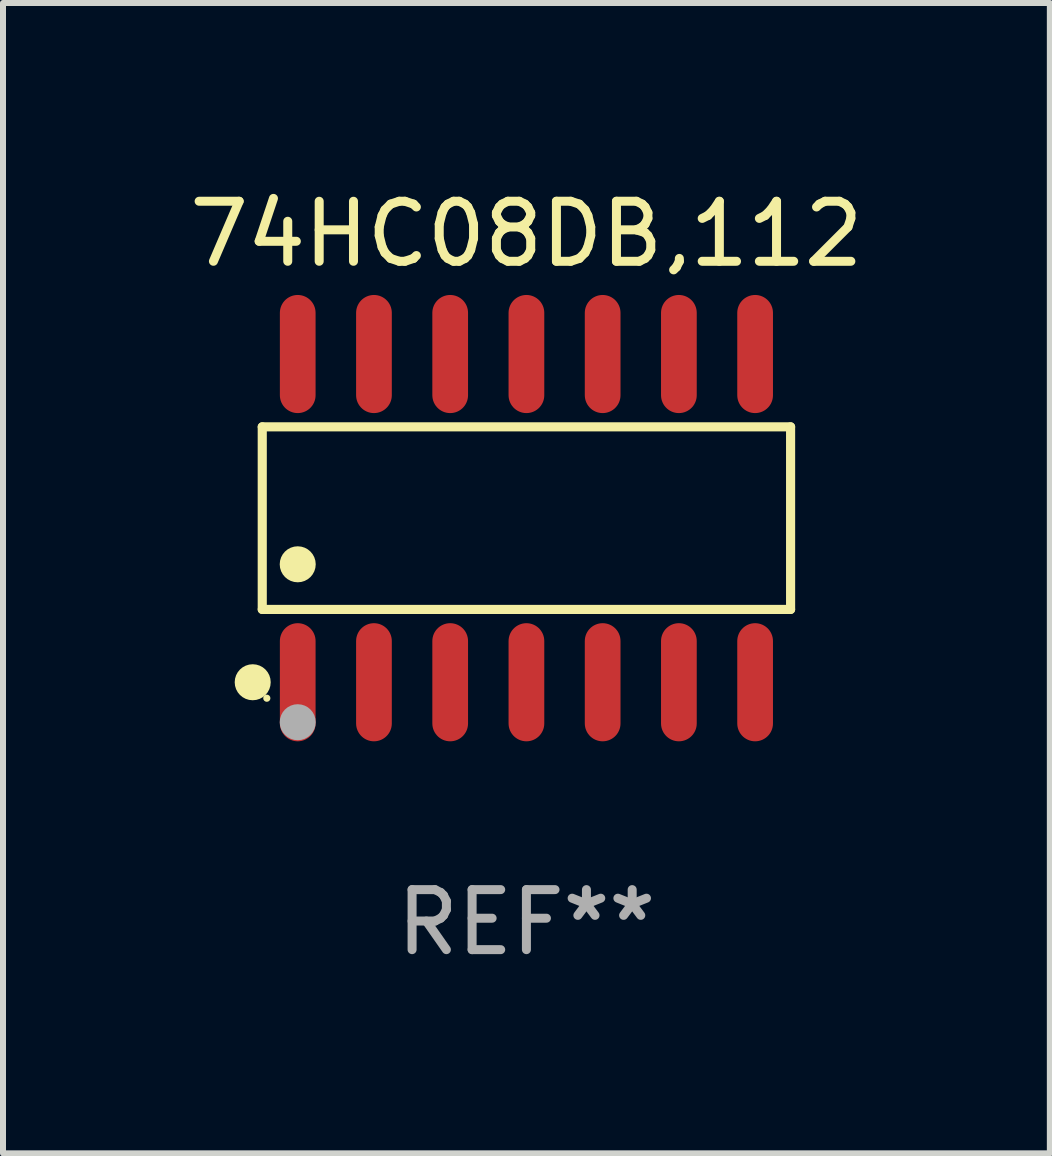
<source format=kicad_pcb>
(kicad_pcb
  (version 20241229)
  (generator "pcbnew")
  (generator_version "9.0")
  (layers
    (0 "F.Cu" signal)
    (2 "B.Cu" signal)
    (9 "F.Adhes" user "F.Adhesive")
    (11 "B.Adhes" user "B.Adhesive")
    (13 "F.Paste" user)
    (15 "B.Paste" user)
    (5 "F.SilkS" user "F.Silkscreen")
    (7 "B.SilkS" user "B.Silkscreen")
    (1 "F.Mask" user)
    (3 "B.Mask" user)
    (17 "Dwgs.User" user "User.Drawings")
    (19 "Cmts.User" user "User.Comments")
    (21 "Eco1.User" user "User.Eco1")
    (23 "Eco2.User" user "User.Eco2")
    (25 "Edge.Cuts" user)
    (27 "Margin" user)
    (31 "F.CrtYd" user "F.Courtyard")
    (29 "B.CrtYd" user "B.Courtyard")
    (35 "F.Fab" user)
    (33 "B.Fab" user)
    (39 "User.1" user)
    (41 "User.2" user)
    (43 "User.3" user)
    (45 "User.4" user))
  (footprint "74HC08DB,112"
    (layer "F.Cu")
    (at 5.72 5.582)
    (property "Reference" "74HC08DB,112" (at 0 -4.734 0) (layer "F.SilkS") (effects (font (size 1 1) (thickness 0.15))))
    (attr through_hole)
    (fp_line (start -4.401 -1.521) (end 4.401 -1.521) (stroke (width 0.152) (type solid)) (layer "F.SilkS"))
    (fp_line (start -4.401 1.521) (end -4.401 -1.521) (stroke (width 0.152) (type solid)) (layer "F.SilkS"))
    (fp_line (start 4.401 -1.521) (end 4.401 1.521) (stroke (width 0.152) (type solid)) (layer "F.SilkS"))
    (fp_line (start 4.401 1.521) (end -4.401 1.521) (stroke (width 0.152) (type solid)) (layer "F.SilkS"))
    (fp_circle (center -4.56 2.734) (end -4.41 2.734) (stroke (width 0.3) (type solid)) (fill no) (layer "F.SilkS"))
    (fp_circle (center -4.325 3) (end -4.295 3) (stroke (width 0.06) (type solid)) (fill no) (layer "F.SilkS"))
    (fp_circle (center -3.81 0.769) (end -3.66 0.769) (stroke (width 0.3) (type solid)) (fill no) (layer "F.SilkS"))
    (fp_circle (center -3.81 3.4) (end -3.66 3.4) (stroke (width 0.3) (type solid)) (fill no) (layer "F.Fab"))
    (fp_text user "REF**" (at 0 6.734 0) (layer "F.Fab") (effects (font (size 1 1) (thickness 0.15))))
    (pad "1" smd oval (at -3.81 2.734) (size 0.595 1.968) (layers "F.Cu" "F.Mask" "F.Paste"))
    (pad "2" smd oval (at -2.54 2.734) (size 0.595 1.968) (layers "F.Cu" "F.Mask" "F.Paste"))
    (pad "3" smd oval (at -1.27 2.734) (size 0.595 1.968) (layers "F.Cu" "F.Mask" "F.Paste"))
    (pad "4" smd oval (at 0 2.734) (size 0.595 1.968) (layers "F.Cu" "F.Mask" "F.Paste"))
    (pad "5" smd oval (at 1.27 2.734) (size 0.595 1.968) (layers "F.Cu" "F.Mask" "F.Paste"))
    (pad "6" smd oval (at 2.54 2.734) (size 0.595 1.968) (layers "F.Cu" "F.Mask" "F.Paste"))
    (pad "7" smd oval (at 3.81 2.734) (size 0.595 1.968) (layers "F.Cu" "F.Mask" "F.Paste"))
    (pad "8" smd oval (at 3.81 -2.734) (size 0.595 1.968) (layers "F.Cu" "F.Mask" "F.Paste"))
    (pad "9" smd oval (at 2.54 -2.734) (size 0.595 1.968) (layers "F.Cu" "F.Mask" "F.Paste"))
    (pad "10" smd oval (at 1.27 -2.734) (size 0.595 1.968) (layers "F.Cu" "F.Mask" "F.Paste"))
    (pad "11" smd oval (at 0 -2.734) (size 0.595 1.968) (layers "F.Cu" "F.Mask" "F.Paste"))
    (pad "12" smd oval (at -1.27 -2.734) (size 0.595 1.968) (layers "F.Cu" "F.Mask" "F.Paste"))
    (pad "13" smd oval (at -2.54 -2.734) (size 0.595 1.968) (layers "F.Cu" "F.Mask" "F.Paste"))
    (pad "14" smd oval (at -3.81 -2.734) (size 0.595 1.968) (layers "F.Cu" "F.Mask" "F.Paste")))
  (gr_rect
    (start -3 -3)
    (end 14.44 16.164)
    (stroke (width 0.1) (type default))
    (fill no)
    (layer "Edge.Cuts")))
</source>
